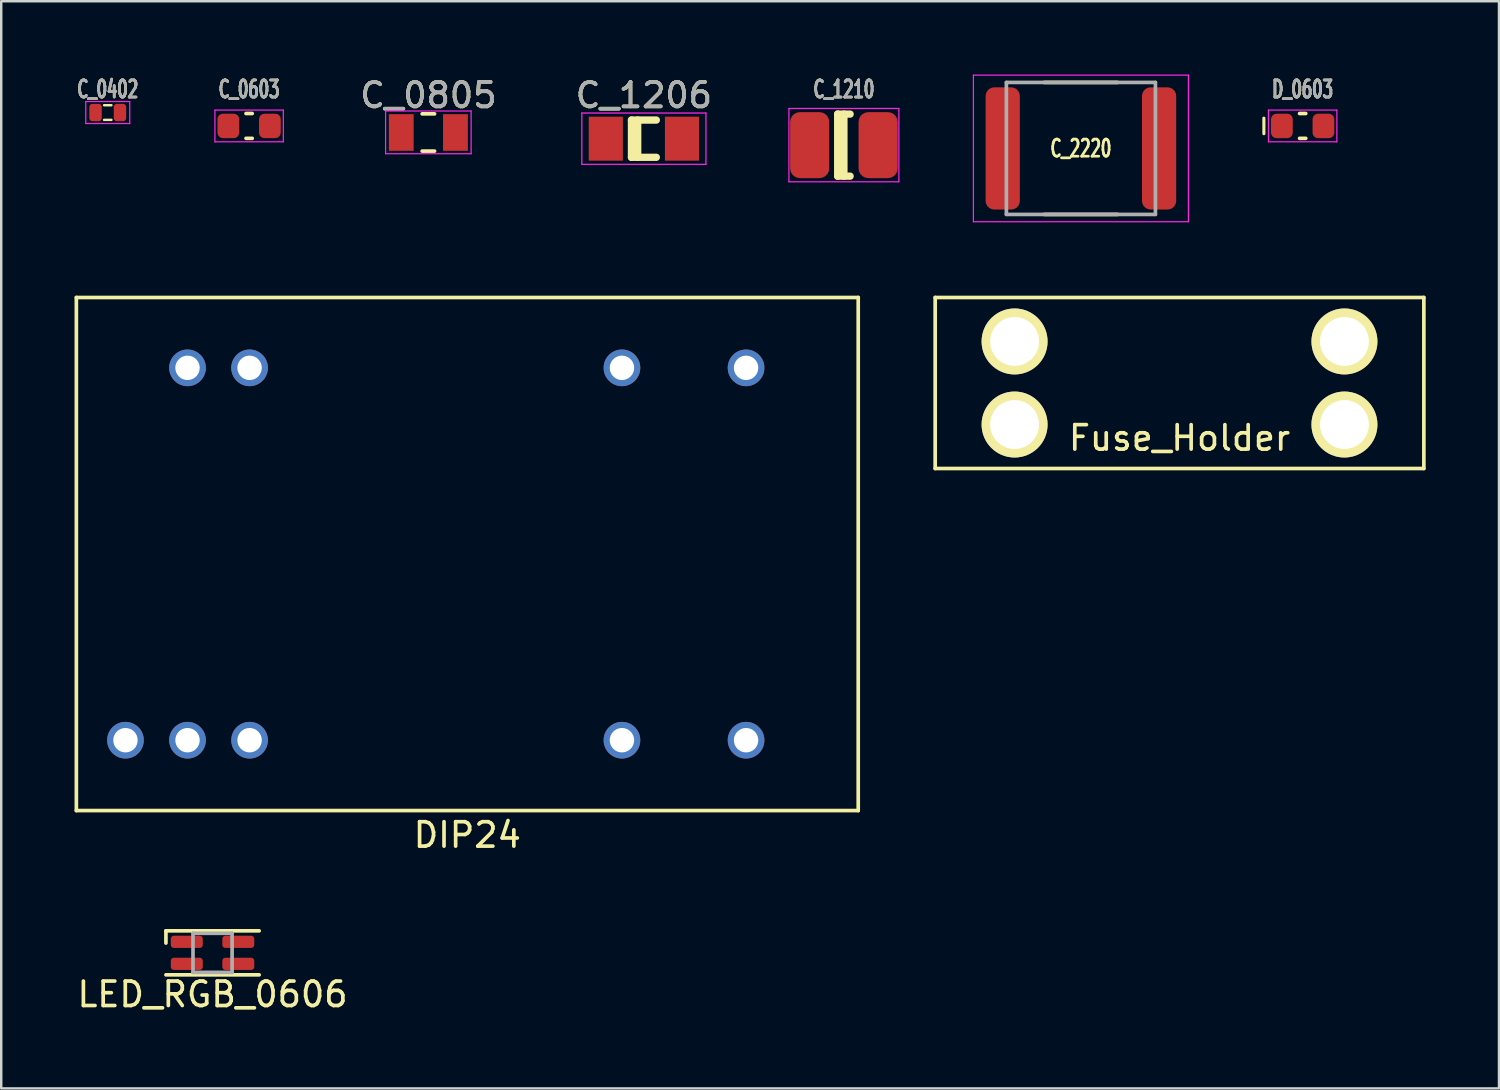
<source format=kicad_pcb>
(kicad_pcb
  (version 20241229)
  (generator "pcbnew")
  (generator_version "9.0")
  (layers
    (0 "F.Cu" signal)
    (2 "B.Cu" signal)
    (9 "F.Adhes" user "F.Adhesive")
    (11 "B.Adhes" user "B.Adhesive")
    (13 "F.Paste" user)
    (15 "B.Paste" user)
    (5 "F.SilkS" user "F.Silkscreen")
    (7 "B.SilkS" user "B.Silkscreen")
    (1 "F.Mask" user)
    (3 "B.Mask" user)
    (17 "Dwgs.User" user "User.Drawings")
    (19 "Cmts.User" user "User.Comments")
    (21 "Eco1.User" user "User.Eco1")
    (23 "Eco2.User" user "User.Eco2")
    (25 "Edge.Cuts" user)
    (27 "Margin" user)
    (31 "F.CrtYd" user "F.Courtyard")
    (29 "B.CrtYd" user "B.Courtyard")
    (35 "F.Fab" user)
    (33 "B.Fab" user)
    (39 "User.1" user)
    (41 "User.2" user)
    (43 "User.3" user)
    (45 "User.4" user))
  (footprint "Fuse_Holder"
    (layer "F.Cu")
    (at 45.225 12.625)
    (property "Reference" "Fuse_Holder" (at 0 2.25 0) (layer "F.SilkS") (effects (font (size 1 1) (thickness 0.15))))
    (attr through_hole)
    (fp_line (start -10 -3.5) (end 10 -3.5) (stroke (width 0.15) (type solid)) (layer "F.SilkS"))
    (fp_line (start -10 3.5) (end -10 -3.5) (stroke (width 0.15) (type solid)) (layer "F.SilkS"))
    (fp_line (start 10 -3.5) (end 10 3.5) (stroke (width 0.15) (type solid)) (layer "F.SilkS"))
    (fp_line (start 10 3.5) (end -10 3.5) (stroke (width 0.15) (type solid)) (layer "F.SilkS"))
    (pad "1" thru_hole circle (at 6.75 -1.7) (size 2.7 2.7) (drill 2) (layers "*.Cu" "*.Mask" "F.SilkS"))
    (pad "1" thru_hole circle (at 6.75 1.7) (size 2.7 2.7) (drill 2) (layers "*.Cu" "*.Mask" "F.SilkS"))
    (pad "2" thru_hole circle (at -6.75 -1.7) (size 2.7 2.7) (drill 2) (layers "*.Cu" "*.Mask" "F.SilkS"))
    (pad "2" thru_hole circle (at -6.75 1.7) (size 2.7 2.7) (drill 2) (layers "*.Cu" "*.Mask" "F.SilkS")))
  (footprint "DIP24"
    (layer "F.Cu")
    (at 16.075 19.625)
    (property "Reference" "DIP24" (at 0 11.5 0) (layer "F.SilkS") (effects (font (size 1 1) (thickness 0.15))))
    (attr through_hole)
    (fp_line (start -16 -10.5) (end 16 -10.5) (stroke (width 0.15) (type solid)) (layer "F.SilkS"))
    (fp_line (start -16 10.5) (end -16 -10.5) (stroke (width 0.15) (type solid)) (layer "F.SilkS"))
    (fp_line (start 16 -10.5) (end 16 10.5) (stroke (width 0.15) (type solid)) (layer "F.SilkS"))
    (fp_line (start 16 10.5) (end -16 10.5) (stroke (width 0.15) (type solid)) (layer "F.SilkS"))
    (pad "1" thru_hole circle (at -13.99 7.62) (size 1.5 1.5) (drill 1) (layers "*.Cu" "*.Mask"))
    (pad "2" thru_hole circle (at -11.45 7.62) (size 1.5 1.5) (drill 1) (layers "*.Cu" "*.Mask"))
    (pad "3" thru_hole circle (at -8.91 7.62) (size 1.5 1.5) (drill 1) (layers "*.Cu" "*.Mask"))
    (pad "9" thru_hole circle (at 6.33 7.62) (size 1.5 1.5) (drill 1) (layers "*.Cu" "*.Mask"))
    (pad "11" thru_hole circle (at 11.41 7.62) (size 1.5 1.5) (drill 1) (layers "*.Cu" "*.Mask"))
    (pad "14" thru_hole circle (at 11.41 -7.62) (size 1.5 1.5) (drill 1) (layers "*.Cu" "*.Mask"))
    (pad "16" thru_hole circle (at 6.33 -7.62) (size 1.5 1.5) (drill 1) (layers "*.Cu" "*.Mask"))
    (pad "22" thru_hole circle (at -8.91 -7.62) (size 1.5 1.5) (drill 1) (layers "*.Cu" "*.Mask"))
    (pad "23" thru_hole circle (at -11.45 -7.62) (size 1.5 1.5) (drill 1) (layers "*.Cu" "*.Mask")))
  (footprint "C_0402"
    (layer "F.Cu")
    (at 1.36 1.556)
    (property "Reference" "C_0402" (at 0 -0.953 0) (layer "F.SilkS") (effects (font (size 0.699 0.445) (thickness 0.111))))
    (attr smd)
    (fp_line (start -0.15 -0.3) (end 0.15 -0.3) (stroke (width 0.1) (type default)) (layer "F.SilkS"))
    (fp_line (start -0.15 0.3) (end 0.15 0.3) (stroke (width 0.1) (type default)) (layer "F.SilkS"))
    (fp_line (start -0.9 -0.45) (end -0.9 0.45) (stroke (width 0.05) (type solid)) (layer "F.CrtYd"))
    (fp_line (start -0.9 -0.45) (end 0.9 -0.45) (stroke (width 0.05) (type solid)) (layer "F.CrtYd"))
    (fp_line (start 0.9 0.45) (end -0.9 0.45) (stroke (width 0.05) (type solid)) (layer "F.CrtYd"))
    (fp_line (start 0.9 0.45) (end 0.9 -0.45) (stroke (width 0.05) (type solid)) (layer "F.CrtYd"))
    (fp_text user "${REFERENCE}" (at 0 -0.953 0) (layer "F.Fab") (effects (font (size 0.699 0.445) (thickness 0.111))))
    (pad "1" smd roundrect (at -0.5 0) (size 0.508 0.711) (layers "F.Cu" "F.Mask" "F.Paste") (roundrect_rratio 0.25))
    (pad "2" smd roundrect (at 0.5 0) (size 0.508 0.711) (layers "F.Cu" "F.Mask" "F.Paste") (roundrect_rratio 0.25)))
  (footprint "C_2220"
    (layer "F.Cu")
    (at 41.189 3.025)
    (property "Reference" "C_2220" (at 0 0 0) (layer "F.SilkS") (effects (font (size 0.699 0.445) (thickness 0.111))))
    (attr smd)
    (fp_line (start -1.5 -2.7) (end 1.5 -2.7) (stroke (width 0.15) (type solid)) (layer "F.SilkS"))
    (fp_line (start 1.5 2.7) (end -1.5 2.7) (stroke (width 0.15) (type solid)) (layer "F.SilkS"))
    (fp_line (start -4.4 -3) (end 4.4 -3) (stroke (width 0.05) (type solid)) (layer "F.CrtYd"))
    (fp_line (start -4.4 3) (end -4.4 -3) (stroke (width 0.05) (type solid)) (layer "F.CrtYd"))
    (fp_line (start 4.4 -3) (end 4.4 3) (stroke (width 0.05) (type solid)) (layer "F.CrtYd"))
    (fp_line (start 4.4 3) (end -4.4 3) (stroke (width 0.05) (type solid)) (layer "F.CrtYd"))
    (fp_line (start -3.05 -2.7) (end 3.05 -2.7) (stroke (width 0.15) (type solid)) (layer "F.Fab"))
    (fp_line (start -3.05 2.7) (end -3.05 -2.7) (stroke (width 0.15) (type solid)) (layer "F.Fab"))
    (fp_line (start -3.05 2.7) (end 3.05 2.7) (stroke (width 0.15) (type solid)) (layer "F.Fab"))
    (fp_line (start 3.05 2.7) (end 3.05 -2.7) (stroke (width 0.15) (type solid)) (layer "F.Fab"))
    (pad "1" smd roundrect (at -3.2 0) (size 1.4 5) (layers "F.Cu" "F.Mask" "F.Paste") (roundrect_rratio 0.25))
    (pad "2" smd roundrect (at 3.2 0) (size 1.4 5) (layers "F.Cu" "F.Mask" "F.Paste") (roundrect_rratio 0.25)))
  (footprint "C_0603"
    (layer "F.Cu")
    (at 7.146 2.104)
    (property "Reference" "C_0603" (at 0 -1.5 0) (layer "F.SilkS") (effects (font (size 0.699 0.445) (thickness 0.111))))
    (attr smd)
    (fp_line (start -0.127 -0.508) (end 0.127 -0.508) (stroke (width 0.15) (type solid)) (layer "F.SilkS"))
    (fp_line (start -0.127 0.508) (end 0.127 0.508) (stroke (width 0.15) (type solid)) (layer "F.SilkS"))
    (fp_line (start -1.4 -0.65) (end -1.4 0.65) (stroke (width 0.05) (type solid)) (layer "F.CrtYd"))
    (fp_line (start -1.4 -0.65) (end 1.4 -0.65) (stroke (width 0.05) (type solid)) (layer "F.CrtYd"))
    (fp_line (start 1.4 0.65) (end -1.4 0.65) (stroke (width 0.05) (type solid)) (layer "F.CrtYd"))
    (fp_line (start 1.4 0.65) (end 1.4 -0.65) (stroke (width 0.05) (type solid)) (layer "F.CrtYd"))
    (fp_text user "${REFERENCE}" (at 0 -1.5 0) (layer "F.Fab") (effects (font (size 0.699 0.445) (thickness 0.111))))
    (pad "1" smd roundrect (at -0.85 0) (size 0.889 1) (layers "F.Cu" "F.Mask" "F.Paste") (roundrect_rratio 0.25))
    (pad "2" smd roundrect (at 0.85 0) (size 0.889 1) (layers "F.Cu" "F.Mask" "F.Paste") (roundrect_rratio 0.25)))
  (footprint "C_0805"
    (layer "F.Cu")
    (at 14.482 2.372)
    (property "Reference" "C_0805" (at 0 -1.524 0) (layer "F.SilkS") (effects (font (size 1 1) (thickness 0.15))))
    (attr smd)
    (fp_line (start -0.254 -0.762) (end 0.254 -0.762) (stroke (width 0.15) (type solid)) (layer "F.SilkS"))
    (fp_line (start -0.254 0.762) (end 0.254 0.762) (stroke (width 0.15) (type solid)) (layer "F.SilkS"))
    (fp_line (start -1.75 -0.88) (end -1.75 0.87) (stroke (width 0.05) (type solid)) (layer "F.CrtYd"))
    (fp_line (start -1.75 -0.88) (end 1.75 -0.88) (stroke (width 0.05) (type solid)) (layer "F.CrtYd"))
    (fp_line (start 1.75 0.87) (end -1.75 0.87) (stroke (width 0.05) (type solid)) (layer "F.CrtYd"))
    (fp_line (start 1.75 0.87) (end 1.75 -0.88) (stroke (width 0.05) (type solid)) (layer "F.CrtYd"))
    (fp_text user "${REFERENCE}" (at 0 -1.524 0) (layer "F.Fab") (effects (font (size 1 1) (thickness 0.15))))
    (pad "1" smd rect (at -1.109 0) (size 1.016 1.5) (layers "F.Cu" "F.Mask" "F.Paste"))
    (pad "2" smd rect (at 1.109 0) (size 1.016 1.5) (layers "F.Cu" "F.Mask" "F.Paste")))
  (footprint "LED_RGB_0606"
    (layer "F.Cu")
    (at 5.649 35.948)
    (property "Reference" "LED_RGB_0606" (at 0 1.7 0) (layer "F.SilkS") (effects (font (size 1 1) (thickness 0.15))))
    (attr through_hole)
    (fp_line (start -1.908 -0.9) (end 1.908 -0.9) (stroke (width 0.15) (type solid)) (layer "F.SilkS"))
    (fp_line (start -1.908 -0.4) (end -1.908 -0.9) (stroke (width 0.15) (type solid)) (layer "F.SilkS"))
    (fp_line (start -1.908 0.9) (end 1.908 0.9) (stroke (width 0.15) (type solid)) (layer "F.SilkS"))
    (fp_line (start -0.8 -0.8) (end 0.8 -0.8) (stroke (width 0.15) (type solid)) (layer "F.Fab"))
    (fp_line (start -0.8 0.8) (end -0.8 -0.8) (stroke (width 0.15) (type solid)) (layer "F.Fab"))
    (fp_line (start 0.8 -0.8) (end 0.8 0.8) (stroke (width 0.15) (type solid)) (layer "F.Fab"))
    (fp_line (start 0.8 0.8) (end -0.8 0.8) (stroke (width 0.15) (type solid)) (layer "F.Fab"))
    (pad "1" smd roundrect (at -1.054 -0.45) (size 1.308 0.5) (layers "F.Cu" "F.Mask" "F.Paste") (roundrect_rratio 0.25))
    (pad "2" smd roundrect (at -1.054 0.45) (size 1.308 0.5) (layers "F.Cu" "F.Mask" "F.Paste") (roundrect_rratio 0.25))
    (pad "3" smd roundrect (at 1.054 0.45) (size 1.308 0.5) (layers "F.Cu" "F.Mask" "F.Paste") (roundrect_rratio 0.25))
    (pad "4" smd roundrect (at 1.054 -0.45) (size 1.308 0.5) (layers "F.Cu" "F.Mask" "F.Paste") (roundrect_rratio 0.25)))
  (footprint "C_1210"
    (layer "F.Cu")
    (at 31.489 2.89)
    (property "Reference" "C_1210" (at 0 -2.286 0) (layer "F.SilkS") (effects (font (size 0.699 0.445) (thickness 0.111))))
    (attr smd)
    (fp_line (start -0.254 -1.27) (end -0.254 1.27) (stroke (width 0.3) (type solid)) (layer "F.SilkS"))
    (fp_line (start -0.254 1.27) (end 0.254 1.27) (stroke (width 0.3) (type solid)) (layer "F.SilkS"))
    (fp_line (start 0 -1.27) (end 0 1.27) (stroke (width 0.3) (type solid)) (layer "F.SilkS"))
    (fp_line (start 0.254 -1.27) (end -0.254 -1.27) (stroke (width 0.3) (type solid)) (layer "F.SilkS"))
    (fp_line (start -2.25 -1.5) (end -2.25 1.5) (stroke (width 0.05) (type solid)) (layer "F.CrtYd"))
    (fp_line (start -2.25 -1.5) (end 2.25 -1.5) (stroke (width 0.05) (type solid)) (layer "F.CrtYd"))
    (fp_line (start 2.25 1.5) (end -2.25 1.5) (stroke (width 0.05) (type solid)) (layer "F.CrtYd"))
    (fp_line (start 2.25 1.5) (end 2.25 -1.5) (stroke (width 0.05) (type solid)) (layer "F.CrtYd"))
    (fp_text user "${REFERENCE}" (at 0 -2.286 0) (layer "F.Fab") (effects (font (size 0.699 0.445) (thickness 0.111))))
    (pad "1" smd roundrect (at -1.4 0) (size 1.6 2.7) (layers "F.Cu" "F.Mask" "F.Paste") (roundrect_rratio 0.25))
    (pad "2" smd roundrect (at 1.4 0) (size 1.6 2.7) (layers "F.Cu" "F.Mask" "F.Paste") (roundrect_rratio 0.25)))
  (footprint "D_0603"
    (layer "F.Cu")
    (at 50.265 2.104)
    (property "Reference" "D_0603" (at 0 -1.5 0) (layer "F.SilkS") (effects (font (size 0.699 0.445) (thickness 0.111))))
    (attr smd)
    (fp_line (start -1.587 -0.318) (end -1.587 0.318) (stroke (width 0.127) (type solid)) (layer "F.SilkS"))
    (fp_line (start -0.127 -0.508) (end 0.127 -0.508) (stroke (width 0.15) (type solid)) (layer "F.SilkS"))
    (fp_line (start -0.127 0.508) (end 0.127 0.508) (stroke (width 0.15) (type solid)) (layer "F.SilkS"))
    (fp_line (start -1.4 -0.65) (end -1.4 0.65) (stroke (width 0.05) (type solid)) (layer "F.CrtYd"))
    (fp_line (start -1.4 -0.65) (end 1.4 -0.65) (stroke (width 0.05) (type solid)) (layer "F.CrtYd"))
    (fp_line (start 1.4 0.65) (end -1.4 0.65) (stroke (width 0.05) (type solid)) (layer "F.CrtYd"))
    (fp_line (start 1.4 0.65) (end 1.4 -0.65) (stroke (width 0.05) (type solid)) (layer "F.CrtYd"))
    (fp_text user "${REFERENCE}" (at 0 -1.5 0) (layer "F.Fab") (effects (font (size 0.699 0.445) (thickness 0.111))))
    (pad "1" smd roundrect (at -0.85 0) (size 0.889 1) (layers "F.Cu" "F.Mask" "F.Paste") (roundrect_rratio 0.25))
    (pad "2" smd roundrect (at 0.85 0) (size 0.889 1) (layers "F.Cu" "F.Mask" "F.Paste") (roundrect_rratio 0.25)))
  (footprint "C_1206"
    (layer "F.Cu")
    (at 23.303 2.626)
    (property "Reference" "C_1206" (at 0 -1.778 0) (layer "F.SilkS") (effects (font (size 1 1) (thickness 0.15))))
    (attr smd)
    (fp_line (start -0.508 -0.762) (end -0.508 0.762) (stroke (width 0.3) (type solid)) (layer "F.SilkS"))
    (fp_line (start -0.508 0.762) (end 0.508 0.762) (stroke (width 0.3) (type solid)) (layer "F.SilkS"))
    (fp_line (start -0.254 -0.762) (end -0.254 0.762) (stroke (width 0.3) (type solid)) (layer "F.SilkS"))
    (fp_line (start 0.508 -0.762) (end -0.508 -0.762) (stroke (width 0.3) (type solid)) (layer "F.SilkS"))
    (fp_line (start -2.54 -1.05) (end -2.54 1.05) (stroke (width 0.05) (type solid)) (layer "F.CrtYd"))
    (fp_line (start -2.54 -1.05) (end 2.54 -1.05) (stroke (width 0.05) (type solid)) (layer "F.CrtYd"))
    (fp_line (start 2.54 1.05) (end -2.54 1.05) (stroke (width 0.05) (type solid)) (layer "F.CrtYd"))
    (fp_line (start 2.54 1.05) (end 2.54 -1.05) (stroke (width 0.05) (type solid)) (layer "F.CrtYd"))
    (fp_text user "${REFERENCE}" (at 0 -1.778 0) (layer "F.Fab") (effects (font (size 1 1) (thickness 0.15))))
    (pad "1" smd rect (at -1.559 0) (size 1.397 1.8) (layers "F.Cu" "F.Mask" "F.Paste"))
    (pad "2" smd rect (at 1.559 0) (size 1.397 1.8) (layers "F.Cu" "F.Mask" "F.Paste")))
  (gr_rect
    (start -3 -3)
    (end 58.3 41.496)
    (stroke (width 0.1) (type default))
    (fill no)
    (layer "Edge.Cuts")))
</source>
